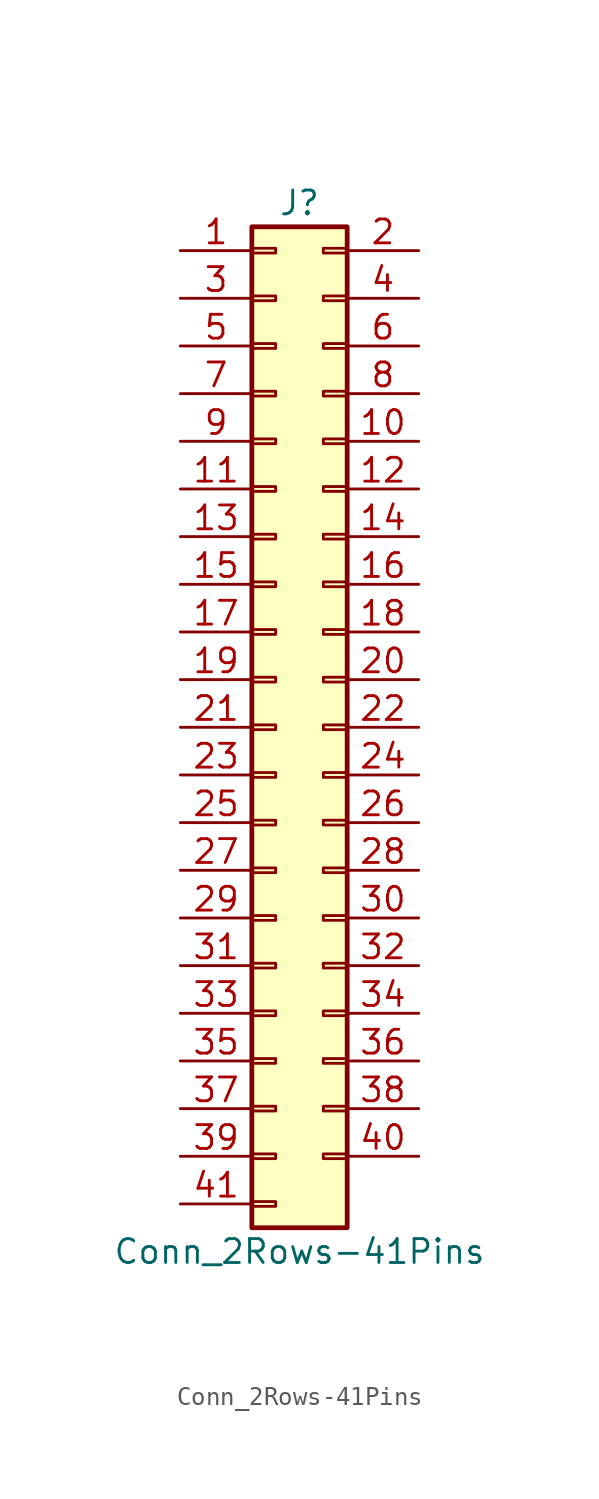
<source format=kicad_sym>
(kicad_symbol_lib
  (version 20201005)
  (generator kicad_symbol_editor)
  (symbol "Conn_2Rows-41Pins"
    (pin_names
      (offset 1.016) hide)
    (property "Reference" "J"
      (at 1.27 27.94 0)
      (effects (font (size 1.27 1.27))))
    (property "Value" "Conn_2Rows-41Pins"
      (at 1.27 -27.94 0)
      (effects (font (size 1.27 1.27))))
    (symbol "Conn_2Rows-41Pins_1_1"
      (rectangle (start -1.27 -25.273) (end 0 -25.527) (stroke (width 0.152)) (fill (type none)))
      (rectangle (start -1.27 -22.733) (end 0 -22.987) (stroke (width 0.152)) (fill (type none)))
      (rectangle (start -1.27 -20.193) (end 0 -20.447) (stroke (width 0.152)) (fill (type none)))
      (rectangle (start -1.27 -17.653) (end 0 -17.907) (stroke (width 0.152)) (fill (type none)))
      (rectangle (start -1.27 -15.113) (end 0 -15.367) (stroke (width 0.152)) (fill (type none)))
      (rectangle (start -1.27 -12.573) (end 0 -12.827) (stroke (width 0.152)) (fill (type none)))
      (rectangle (start -1.27 -10.033) (end 0 -10.287) (stroke (width 0.152)) (fill (type none)))
      (rectangle (start -1.27 -7.493) (end 0 -7.747) (stroke (width 0.152)) (fill (type none)))
      (rectangle (start -1.27 -4.953) (end 0 -5.207) (stroke (width 0.152)) (fill (type none)))
      (rectangle (start -1.27 -2.413) (end 0 -2.667) (stroke (width 0.152)) (fill (type none)))
      (rectangle (start -1.27 0.127) (end 0 -0.127) (stroke (width 0.152)) (fill (type none)))
      (rectangle (start -1.27 2.667) (end 0 2.413) (stroke (width 0.152)) (fill (type none)))
      (rectangle (start -1.27 5.207) (end 0 4.953) (stroke (width 0.152)) (fill (type none)))
      (rectangle (start -1.27 7.747) (end 0 7.493) (stroke (width 0.152)) (fill (type none)))
      (rectangle (start -1.27 10.287) (end 0 10.033) (stroke (width 0.152)) (fill (type none)))
      (rectangle (start -1.27 12.827) (end 0 12.573) (stroke (width 0.152)) (fill (type none)))
      (rectangle (start -1.27 15.367) (end 0 15.113) (stroke (width 0.152)) (fill (type none)))
      (rectangle (start -1.27 17.907) (end 0 17.653) (stroke (width 0.152)) (fill (type none)))
      (rectangle (start -1.27 20.447) (end 0 20.193) (stroke (width 0.152)) (fill (type none)))
      (rectangle (start -1.27 22.987) (end 0 22.733) (stroke (width 0.152)) (fill (type none)))
      (rectangle (start -1.27 25.527) (end 0 25.273) (stroke (width 0.152)) (fill (type none)))
      (rectangle (start -1.27 26.67) (end 3.81 -26.67) (stroke (width 0.254)) (fill (type background)))
      (rectangle (start 3.81 -22.733) (end 2.54 -22.987) (stroke (width 0.152)) (fill (type none)))
      (rectangle (start 3.81 -20.193) (end 2.54 -20.447) (stroke (width 0.152)) (fill (type none)))
      (rectangle (start 3.81 -17.653) (end 2.54 -17.907) (stroke (width 0.152)) (fill (type none)))
      (rectangle (start 3.81 -15.113) (end 2.54 -15.367) (stroke (width 0.152)) (fill (type none)))
      (rectangle (start 3.81 -12.573) (end 2.54 -12.827) (stroke (width 0.152)) (fill (type none)))
      (rectangle (start 3.81 -10.033) (end 2.54 -10.287) (stroke (width 0.152)) (fill (type none)))
      (rectangle (start 3.81 -7.493) (end 2.54 -7.747) (stroke (width 0.152)) (fill (type none)))
      (rectangle (start 3.81 -4.953) (end 2.54 -5.207) (stroke (width 0.152)) (fill (type none)))
      (rectangle (start 3.81 -2.413) (end 2.54 -2.667) (stroke (width 0.152)) (fill (type none)))
      (rectangle (start 3.81 0.127) (end 2.54 -0.127) (stroke (width 0.152)) (fill (type none)))
      (rectangle (start 3.81 2.667) (end 2.54 2.413) (stroke (width 0.152)) (fill (type none)))
      (rectangle (start 3.81 5.207) (end 2.54 4.953) (stroke (width 0.152)) (fill (type none)))
      (rectangle (start 3.81 7.747) (end 2.54 7.493) (stroke (width 0.152)) (fill (type none)))
      (rectangle (start 3.81 10.287) (end 2.54 10.033) (stroke (width 0.152)) (fill (type none)))
      (rectangle (start 3.81 12.827) (end 2.54 12.573) (stroke (width 0.152)) (fill (type none)))
      (rectangle (start 3.81 15.367) (end 2.54 15.113) (stroke (width 0.152)) (fill (type none)))
      (rectangle (start 3.81 17.907) (end 2.54 17.653) (stroke (width 0.152)) (fill (type none)))
      (rectangle (start 3.81 20.447) (end 2.54 20.193) (stroke (width 0.152)) (fill (type none)))
      (rectangle (start 3.81 22.987) (end 2.54 22.733) (stroke (width 0.152)) (fill (type none)))
      (rectangle (start 3.81 25.527) (end 2.54 25.273) (stroke (width 0.152)) (fill (type none)))
      (pin passive line (at -5.08 25.4 0) (length 3.81) (name "Pin_1" (effects (font (size 1.27 1.27)))) (number "1" (effects (font (size 1.27 1.27)))))
      (pin passive line (at 7.62 15.24 180) (length 3.81) (name "Pin_10" (effects (font (size 1.27 1.27)))) (number "10" (effects (font (size 1.27 1.27)))))
      (pin passive line (at -5.08 12.7 0) (length 3.81) (name "Pin_11" (effects (font (size 1.27 1.27)))) (number "11" (effects (font (size 1.27 1.27)))))
      (pin passive line (at 7.62 12.7 180) (length 3.81) (name "Pin_12" (effects (font (size 1.27 1.27)))) (number "12" (effects (font (size 1.27 1.27)))))
      (pin passive line (at -5.08 10.16 0) (length 3.81) (name "Pin_13" (effects (font (size 1.27 1.27)))) (number "13" (effects (font (size 1.27 1.27)))))
      (pin passive line (at 7.62 10.16 180) (length 3.81) (name "Pin_14" (effects (font (size 1.27 1.27)))) (number "14" (effects (font (size 1.27 1.27)))))
      (pin passive line (at -5.08 7.62 0) (length 3.81) (name "Pin_15" (effects (font (size 1.27 1.27)))) (number "15" (effects (font (size 1.27 1.27)))))
      (pin passive line (at 7.62 7.62 180) (length 3.81) (name "Pin_16" (effects (font (size 1.27 1.27)))) (number "16" (effects (font (size 1.27 1.27)))))
      (pin passive line (at -5.08 5.08 0) (length 3.81) (name "Pin_17" (effects (font (size 1.27 1.27)))) (number "17" (effects (font (size 1.27 1.27)))))
      (pin passive line (at 7.62 5.08 180) (length 3.81) (name "Pin_18" (effects (font (size 1.27 1.27)))) (number "18" (effects (font (size 1.27 1.27)))))
      (pin passive line (at -5.08 2.54 0) (length 3.81) (name "Pin_19" (effects (font (size 1.27 1.27)))) (number "19" (effects (font (size 1.27 1.27)))))
      (pin passive line (at 7.62 25.4 180) (length 3.81) (name "Pin_2" (effects (font (size 1.27 1.27)))) (number "2" (effects (font (size 1.27 1.27)))))
      (pin passive line (at 7.62 2.54 180) (length 3.81) (name "Pin_20" (effects (font (size 1.27 1.27)))) (number "20" (effects (font (size 1.27 1.27)))))
      (pin passive line (at -5.08 0 0) (length 3.81) (name "Pin_21" (effects (font (size 1.27 1.27)))) (number "21" (effects (font (size 1.27 1.27)))))
      (pin passive line (at 7.62 0 180) (length 3.81) (name "Pin_22" (effects (font (size 1.27 1.27)))) (number "22" (effects (font (size 1.27 1.27)))))
      (pin passive line (at -5.08 -2.54 0) (length 3.81) (name "Pin_23" (effects (font (size 1.27 1.27)))) (number "23" (effects (font (size 1.27 1.27)))))
      (pin passive line (at 7.62 -2.54 180) (length 3.81) (name "Pin_24" (effects (font (size 1.27 1.27)))) (number "24" (effects (font (size 1.27 1.27)))))
      (pin passive line (at -5.08 -5.08 0) (length 3.81) (name "Pin_25" (effects (font (size 1.27 1.27)))) (number "25" (effects (font (size 1.27 1.27)))))
      (pin passive line (at 7.62 -5.08 180) (length 3.81) (name "Pin_26" (effects (font (size 1.27 1.27)))) (number "26" (effects (font (size 1.27 1.27)))))
      (pin passive line (at -5.08 -7.62 0) (length 3.81) (name "Pin_27" (effects (font (size 1.27 1.27)))) (number "27" (effects (font (size 1.27 1.27)))))
      (pin passive line (at 7.62 -7.62 180) (length 3.81) (name "Pin_28" (effects (font (size 1.27 1.27)))) (number "28" (effects (font (size 1.27 1.27)))))
      (pin passive line (at -5.08 -10.16 0) (length 3.81) (name "Pin_29" (effects (font (size 1.27 1.27)))) (number "29" (effects (font (size 1.27 1.27)))))
      (pin passive line (at -5.08 22.86 0) (length 3.81) (name "Pin_3" (effects (font (size 1.27 1.27)))) (number "3" (effects (font (size 1.27 1.27)))))
      (pin passive line (at 7.62 -10.16 180) (length 3.81) (name "Pin_30" (effects (font (size 1.27 1.27)))) (number "30" (effects (font (size 1.27 1.27)))))
      (pin passive line (at -5.08 -12.7 0) (length 3.81) (name "Pin_31" (effects (font (size 1.27 1.27)))) (number "31" (effects (font (size 1.27 1.27)))))
      (pin passive line (at 7.62 -12.7 180) (length 3.81) (name "Pin_32" (effects (font (size 1.27 1.27)))) (number "32" (effects (font (size 1.27 1.27)))))
      (pin passive line (at -5.08 -15.24 0) (length 3.81) (name "Pin_33" (effects (font (size 1.27 1.27)))) (number "33" (effects (font (size 1.27 1.27)))))
      (pin passive line (at 7.62 -15.24 180) (length 3.81) (name "Pin_34" (effects (font (size 1.27 1.27)))) (number "34" (effects (font (size 1.27 1.27)))))
      (pin passive line (at -5.08 -17.78 0) (length 3.81) (name "Pin_35" (effects (font (size 1.27 1.27)))) (number "35" (effects (font (size 1.27 1.27)))))
      (pin passive line (at 7.62 -17.78 180) (length 3.81) (name "Pin_36" (effects (font (size 1.27 1.27)))) (number "36" (effects (font (size 1.27 1.27)))))
      (pin passive line (at -5.08 -20.32 0) (length 3.81) (name "Pin_37" (effects (font (size 1.27 1.27)))) (number "37" (effects (font (size 1.27 1.27)))))
      (pin passive line (at 7.62 -20.32 180) (length 3.81) (name "Pin_38" (effects (font (size 1.27 1.27)))) (number "38" (effects (font (size 1.27 1.27)))))
      (pin passive line (at -5.08 -22.86 0) (length 3.81) (name "Pin_39" (effects (font (size 1.27 1.27)))) (number "39" (effects (font (size 1.27 1.27)))))
      (pin passive line (at 7.62 22.86 180) (length 3.81) (name "Pin_4" (effects (font (size 1.27 1.27)))) (number "4" (effects (font (size 1.27 1.27)))))
      (pin passive line (at 7.62 -22.86 180) (length 3.81) (name "Pin_40" (effects (font (size 1.27 1.27)))) (number "40" (effects (font (size 1.27 1.27)))))
      (pin passive line (at -5.08 -25.4 0) (length 3.81) (name "Pin_41" (effects (font (size 1.27 1.27)))) (number "41" (effects (font (size 1.27 1.27)))))
      (pin passive line (at -5.08 20.32 0) (length 3.81) (name "Pin_5" (effects (font (size 1.27 1.27)))) (number "5" (effects (font (size 1.27 1.27)))))
      (pin passive line (at 7.62 20.32 180) (length 3.81) (name "Pin_6" (effects (font (size 1.27 1.27)))) (number "6" (effects (font (size 1.27 1.27)))))
      (pin passive line (at -5.08 17.78 0) (length 3.81) (name "Pin_7" (effects (font (size 1.27 1.27)))) (number "7" (effects (font (size 1.27 1.27)))))
      (pin passive line (at 7.62 17.78 180) (length 3.81) (name "Pin_8" (effects (font (size 1.27 1.27)))) (number "8" (effects (font (size 1.27 1.27)))))
      (pin passive line (at -5.08 15.24 0) (length 3.81) (name "Pin_9" (effects (font (size 1.27 1.27)))) (number "9" (effects (font (size 1.27 1.27))))))))
</source>
